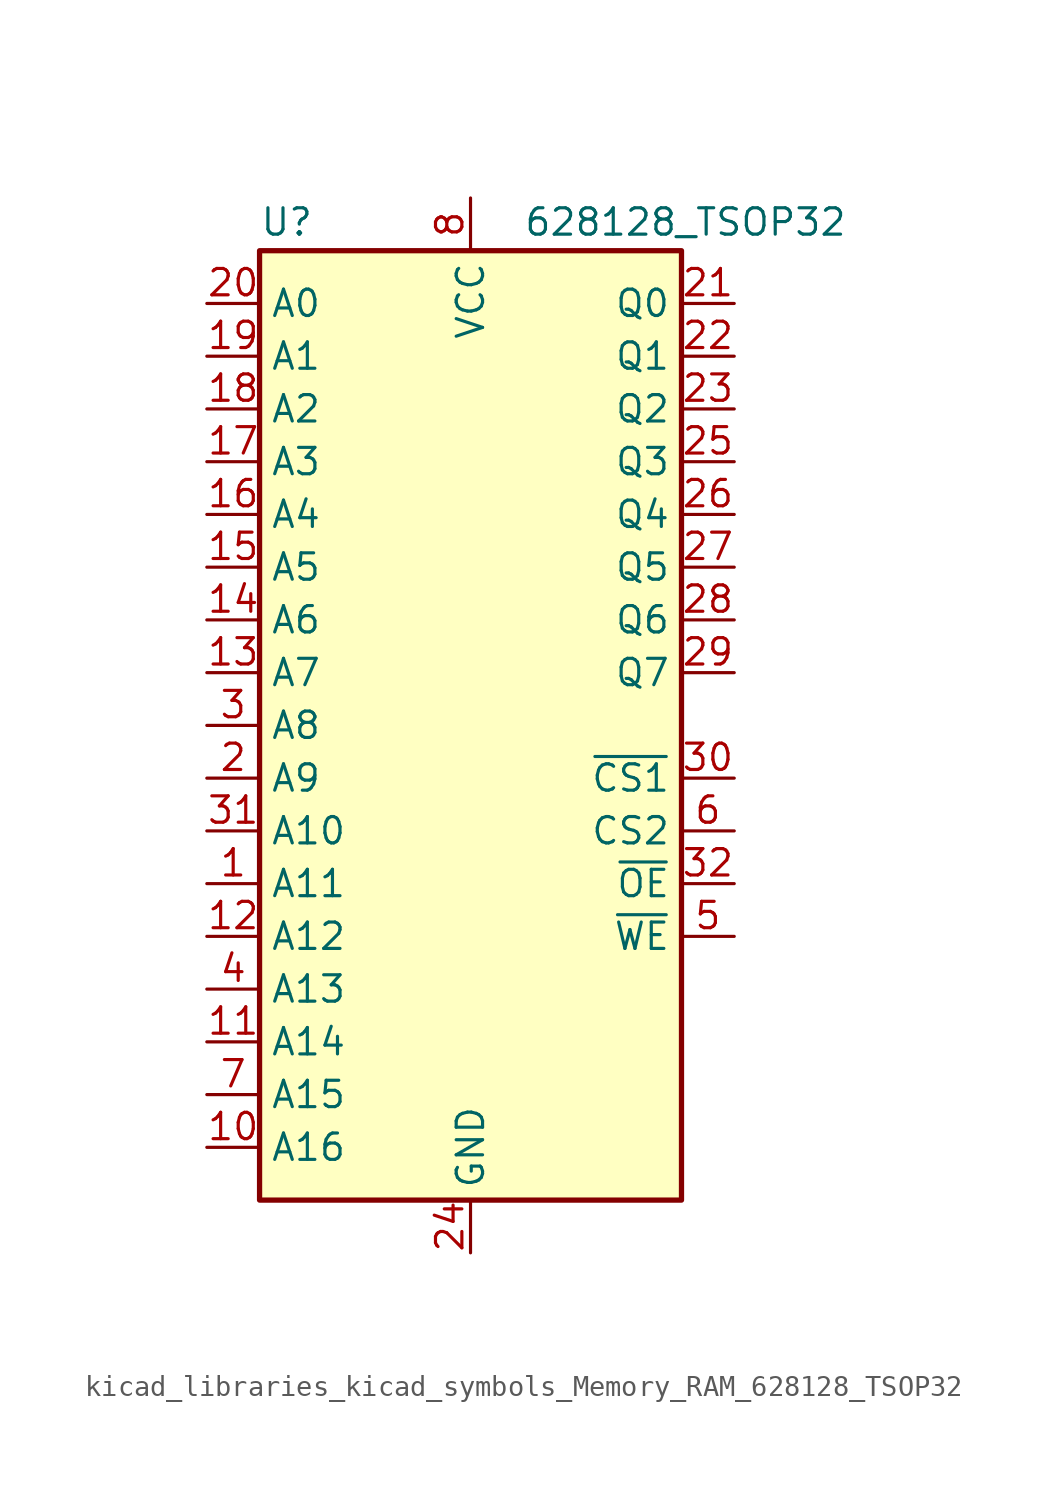
<source format=kicad_sym>
(kicad_symbol_lib
  (version 20220914)
  (generator kicad_symbol_editor)
  (symbol "kicad_libraries_kicad_symbols_Memory_RAM_628128_TSOP32"
    (property "Reference" "U"
      (at -10.16 23.495 0)
      (effects (font (size 1.27 1.27)) (justify left bottom)))
    (property "Value" "628128_TSOP32"
      (at 2.54 23.495 0)
      (effects (font (size 1.27 1.27)) (justify left bottom)))
    (symbol "kicad_libraries_kicad_symbols_Memory_RAM_628128_TSOP32_0_0"
      (pin power_in line (at 0 -25.4 90) (length 2.54) (name "GND" (effects (font (size 1.27 1.27)))) (number "24" (effects (font (size 1.27 1.27)))))
      (pin power_in line (at 0 25.4 270) (length 2.54) (name "VCC" (effects (font (size 1.27 1.27)))) (number "8" (effects (font (size 1.27 1.27))))))
    (symbol "kicad_libraries_kicad_symbols_Memory_RAM_628128_TSOP32_0_1"
      (rectangle (start -10.16 22.86) (end 10.16 -22.86) (stroke (width 0.254) (type default)) (fill (type background))))
    (symbol "kicad_libraries_kicad_symbols_Memory_RAM_628128_TSOP32_1_1"
      (pin input line (at -12.7 -7.62 0) (length 2.54) (name "A11" (effects (font (size 1.27 1.27)))) (number "1" (effects (font (size 1.27 1.27)))))
      (pin input line (at -12.7 -20.32 0) (length 2.54) (name "A16" (effects (font (size 1.27 1.27)))) (number "10" (effects (font (size 1.27 1.27)))))
      (pin input line (at -12.7 -15.24 0) (length 2.54) (name "A14" (effects (font (size 1.27 1.27)))) (number "11" (effects (font (size 1.27 1.27)))))
      (pin input line (at -12.7 -10.16 0) (length 2.54) (name "A12" (effects (font (size 1.27 1.27)))) (number "12" (effects (font (size 1.27 1.27)))))
      (pin input line (at -12.7 2.54 0) (length 2.54) (name "A7" (effects (font (size 1.27 1.27)))) (number "13" (effects (font (size 1.27 1.27)))))
      (pin input line (at -12.7 5.08 0) (length 2.54) (name "A6" (effects (font (size 1.27 1.27)))) (number "14" (effects (font (size 1.27 1.27)))))
      (pin input line (at -12.7 7.62 0) (length 2.54) (name "A5" (effects (font (size 1.27 1.27)))) (number "15" (effects (font (size 1.27 1.27)))))
      (pin input line (at -12.7 10.16 0) (length 2.54) (name "A4" (effects (font (size 1.27 1.27)))) (number "16" (effects (font (size 1.27 1.27)))))
      (pin input line (at -12.7 12.7 0) (length 2.54) (name "A3" (effects (font (size 1.27 1.27)))) (number "17" (effects (font (size 1.27 1.27)))))
      (pin input line (at -12.7 15.24 0) (length 2.54) (name "A2" (effects (font (size 1.27 1.27)))) (number "18" (effects (font (size 1.27 1.27)))))
      (pin input line (at -12.7 17.78 0) (length 2.54) (name "A1" (effects (font (size 1.27 1.27)))) (number "19" (effects (font (size 1.27 1.27)))))
      (pin input line (at -12.7 -2.54 0) (length 2.54) (name "A9" (effects (font (size 1.27 1.27)))) (number "2" (effects (font (size 1.27 1.27)))))
      (pin input line (at -12.7 20.32 0) (length 2.54) (name "A0" (effects (font (size 1.27 1.27)))) (number "20" (effects (font (size 1.27 1.27)))))
      (pin tri_state line (at 12.7 20.32 180) (length 2.54) (name "Q0" (effects (font (size 1.27 1.27)))) (number "21" (effects (font (size 1.27 1.27)))))
      (pin tri_state line (at 12.7 17.78 180) (length 2.54) (name "Q1" (effects (font (size 1.27 1.27)))) (number "22" (effects (font (size 1.27 1.27)))))
      (pin tri_state line (at 12.7 15.24 180) (length 2.54) (name "Q2" (effects (font (size 1.27 1.27)))) (number "23" (effects (font (size 1.27 1.27)))))
      (pin tri_state line (at 12.7 12.7 180) (length 2.54) (name "Q3" (effects (font (size 1.27 1.27)))) (number "25" (effects (font (size 1.27 1.27)))))
      (pin tri_state line (at 12.7 10.16 180) (length 2.54) (name "Q4" (effects (font (size 1.27 1.27)))) (number "26" (effects (font (size 1.27 1.27)))))
      (pin tri_state line (at 12.7 7.62 180) (length 2.54) (name "Q5" (effects (font (size 1.27 1.27)))) (number "27" (effects (font (size 1.27 1.27)))))
      (pin tri_state line (at 12.7 5.08 180) (length 2.54) (name "Q6" (effects (font (size 1.27 1.27)))) (number "28" (effects (font (size 1.27 1.27)))))
      (pin tri_state line (at 12.7 2.54 180) (length 2.54) (name "Q7" (effects (font (size 1.27 1.27)))) (number "29" (effects (font (size 1.27 1.27)))))
      (pin input line (at -12.7 0 0) (length 2.54) (name "A8" (effects (font (size 1.27 1.27)))) (number "3" (effects (font (size 1.27 1.27)))))
      (pin input line (at 12.7 -2.54 180) (length 2.54) (name "~{CS1}" (effects (font (size 1.27 1.27)))) (number "30" (effects (font (size 1.27 1.27)))))
      (pin input line (at -12.7 -5.08 0) (length 2.54) (name "A10" (effects (font (size 1.27 1.27)))) (number "31" (effects (font (size 1.27 1.27)))))
      (pin input line (at 12.7 -7.62 180) (length 2.54) (name "~{OE}" (effects (font (size 1.27 1.27)))) (number "32" (effects (font (size 1.27 1.27)))))
      (pin input line (at -12.7 -12.7 0) (length 2.54) (name "A13" (effects (font (size 1.27 1.27)))) (number "4" (effects (font (size 1.27 1.27)))))
      (pin input line (at 12.7 -10.16 180) (length 2.54) (name "~{WE}" (effects (font (size 1.27 1.27)))) (number "5" (effects (font (size 1.27 1.27)))))
      (pin input line (at 12.7 -5.08 180) (length 2.54) (name "CS2" (effects (font (size 1.27 1.27)))) (number "6" (effects (font (size 1.27 1.27)))))
      (pin input line (at -12.7 -17.78 0) (length 2.54) (name "A15" (effects (font (size 1.27 1.27)))) (number "7" (effects (font (size 1.27 1.27)))))
      (pin no_connect line (at 10.16 -20.32 180) (length 2.54) hide (name "NC" (effects (font (size 1.27 1.27)))) (number "9" (effects (font (size 1.27 1.27))))))))
</source>
